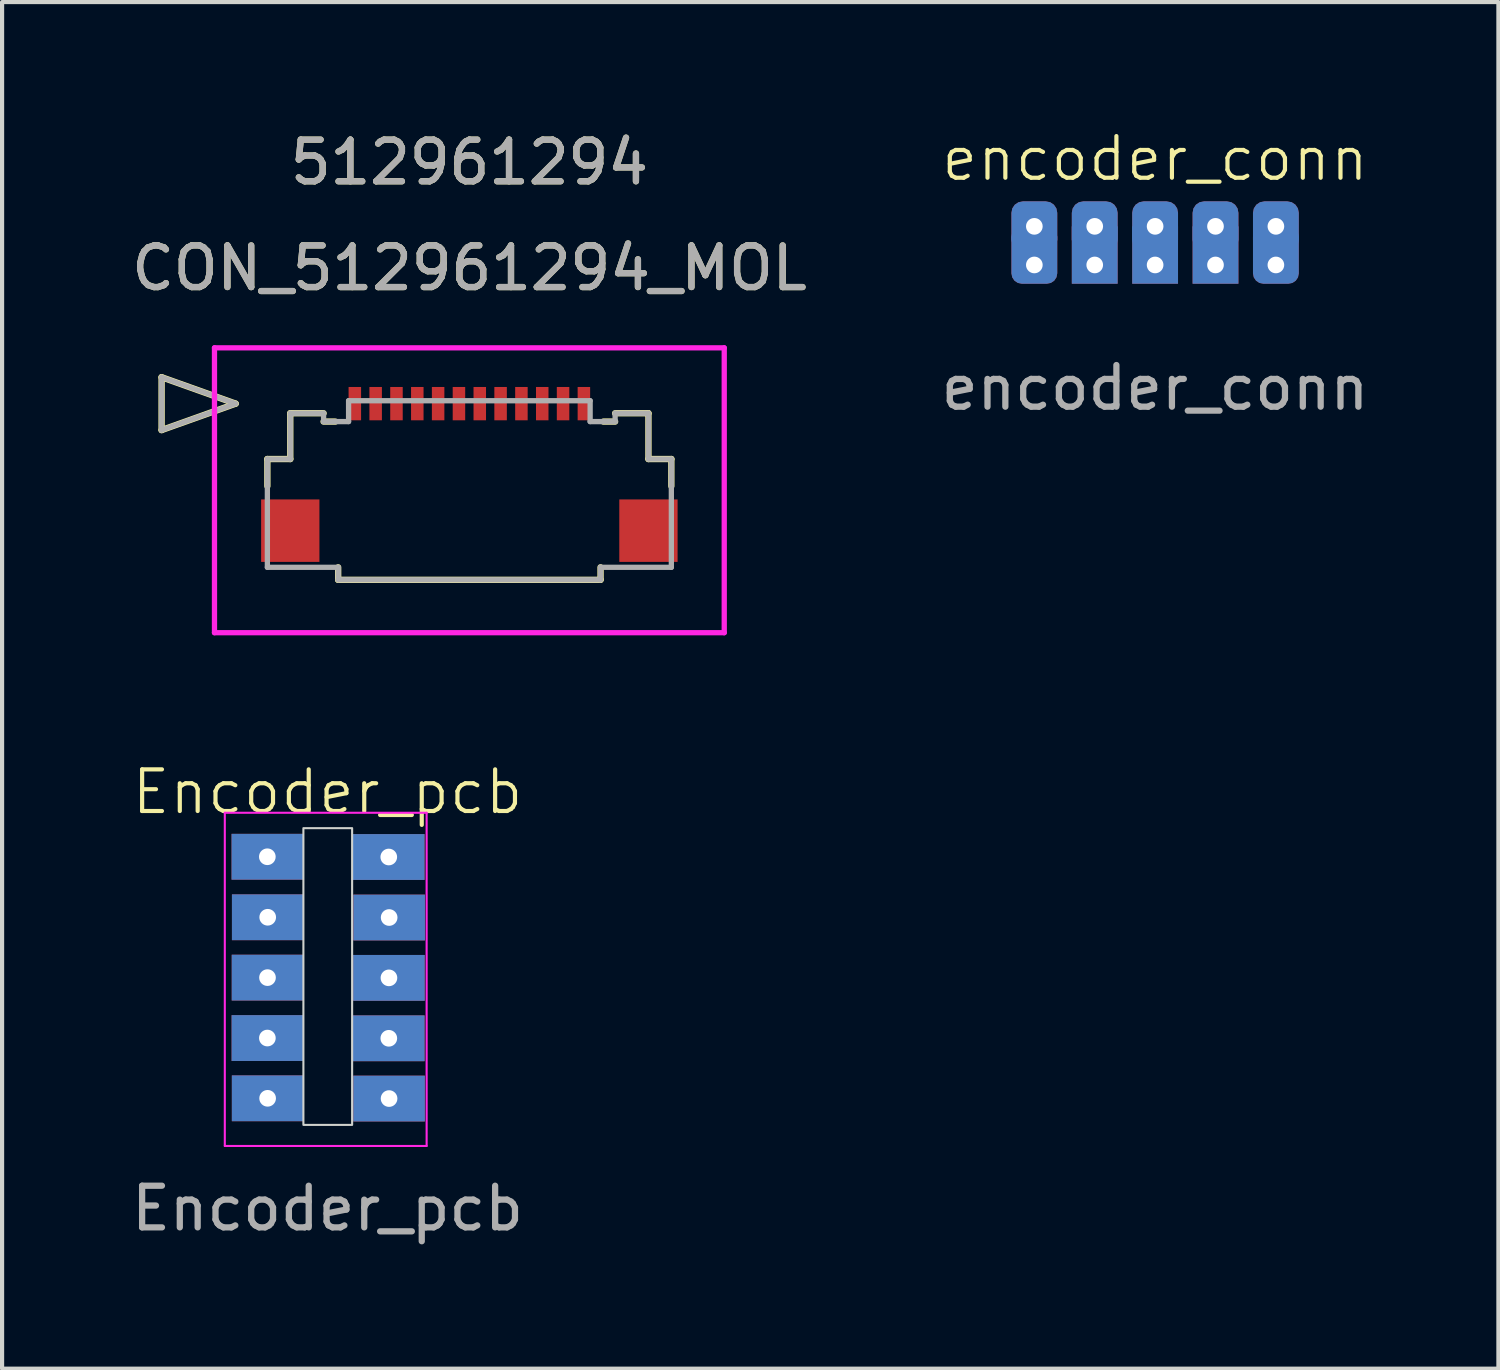
<source format=kicad_pcb>
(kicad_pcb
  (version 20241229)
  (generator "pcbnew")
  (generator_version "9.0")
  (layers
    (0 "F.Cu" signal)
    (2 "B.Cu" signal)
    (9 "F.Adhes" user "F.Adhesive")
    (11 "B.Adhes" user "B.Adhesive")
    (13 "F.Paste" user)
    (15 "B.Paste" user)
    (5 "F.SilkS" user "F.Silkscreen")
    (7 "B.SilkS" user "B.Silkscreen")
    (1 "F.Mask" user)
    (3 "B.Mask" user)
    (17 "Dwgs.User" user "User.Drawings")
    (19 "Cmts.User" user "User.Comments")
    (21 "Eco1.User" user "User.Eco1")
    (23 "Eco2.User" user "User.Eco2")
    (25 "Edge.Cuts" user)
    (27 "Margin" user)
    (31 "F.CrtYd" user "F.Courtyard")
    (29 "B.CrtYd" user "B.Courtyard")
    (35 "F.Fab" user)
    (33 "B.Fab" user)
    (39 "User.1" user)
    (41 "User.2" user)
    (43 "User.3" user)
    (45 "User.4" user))
  (footprint "encoder_conn"
    (layer "F.Cu")
    (at 24.685 3.76)
    (property "Reference" "encoder_conn" (at 0 -3 0) (unlocked yes) (layer "F.SilkS") (effects (font (size 1 1) (thickness 0.1))))
    (attr smd)
    (fp_text user "${REFERENCE}" (at 0 2.5 0) (unlocked yes) (layer "F.Fab") (effects (font (size 1 1) (thickness 0.15))))
    (pad "1" thru_hole roundrect (at -2.899 -1.375 90) (size 1.2 1.1) (drill 0.4) (layers "*.Cu" "*.Mask") (roundrect_rratio 0.25))
    (pad "1" thru_hole roundrect (at -2.899 -0.448 90) (size 1.377 1.1) (drill 0.4 (offset 0.238 0)) (layers "*.Cu" "*.Mask") (roundrect_rratio 0.227))
    (pad "2" thru_hole roundrect (at -1.449 -1.375 90) (size 1.2 1.1) (drill 0.4) (layers "*.Cu" "*.Mask") (roundrect_rratio 0.25))
    (pad "2" thru_hole rect (at -1.449 -0.448 90) (size 1.377 1.1) (drill 0.4 (offset 0.238 0)) (layers "*.Cu" "*.Mask"))
    (pad "3" thru_hole roundrect (at 0.001 -1.375 90) (size 1.2 1.1) (drill 0.4) (layers "*.Cu" "*.Mask") (roundrect_rratio 0.25))
    (pad "3" thru_hole rect (at 0.001 -0.448 90) (size 1.377 1.1) (drill 0.4 (offset 0.238 0)) (layers "*.Cu" "*.Mask"))
    (pad "4" thru_hole roundrect (at 1.451 -1.375 90) (size 1.2 1.1) (drill 0.4) (layers "*.Cu" "*.Mask") (roundrect_rratio 0.25))
    (pad "4" thru_hole rect (at 1.451 -0.448 90) (size 1.377 1.1) (drill 0.4 (offset 0.238 0)) (layers "*.Cu" "*.Mask"))
    (pad "5" thru_hole roundrect (at 2.901 -1.375 90) (size 1.2 1.1) (drill 0.4) (layers "*.Cu" "*.Mask") (roundrect_rratio 0.25))
    (pad "5" thru_hole roundrect (at 2.901 -0.448 90) (size 1.377 1.1) (drill 0.4 (offset 0.238 0)) (layers "*.Cu" "*.Mask") (roundrect_rratio 0.227)))
  (footprint "Encoder_pcb"
    (layer "F.Cu")
    (at 4.815 20.466)
    (property "Reference" "Encoder_pcb" (at 0 -4.5 0) (unlocked yes) (layer "F.SilkS") (effects (font (size 1 1) (thickness 0.1))))
    (attr through_hole)
    (fp_rect (start -0.58 -3.631) (end 0.59 3.494) (stroke (width 0.05) (type default)) (fill no) (layer "Edge.Cuts"))
    (fp_line (start -2.467 -4) (end -2.467 4) (stroke (width 0.05) (type default)) (layer "F.CrtYd"))
    (fp_line (start -2.467 -4) (end 2.379 -4) (stroke (width 0.05) (type default)) (layer "F.CrtYd"))
    (fp_line (start -2.467 4) (end 2.379 4) (stroke (width 0.05) (type default)) (layer "F.CrtYd"))
    (fp_line (start 2.379 -4) (end 2.379 4) (stroke (width 0.05) (type default)) (layer "F.CrtYd"))
    (fp_text user "${REFERENCE}" (at 0 5.5 0) (unlocked yes) (layer "F.Fab") (effects (font (size 1 1) (thickness 0.15))))
    (pad "1" thru_hole rect (at -1.446 -2.944) (size 1.718 1.1) (drill 0.4) (layers "*.Cu" "*.Mask"))
    (pad "1" thru_hole rect (at 1.47 -2.938) (size 1.718 1.1) (drill 0.4) (layers "*.Cu" "*.Mask"))
    (pad "2" thru_hole rect (at -1.437 -1.491) (size 1.718 1.1) (drill 0.4) (layers "*.Cu" "*.Mask"))
    (pad "2" thru_hole rect (at 1.479 -1.485) (size 1.718 1.1) (drill 0.4) (layers "*.Cu" "*.Mask"))
    (pad "3" thru_hole rect (at -1.442 -0.042) (size 1.718 1.1) (drill 0.4) (layers "*.Cu" "*.Mask"))
    (pad "3" thru_hole rect (at 1.474 -0.036) (size 1.718 1.1) (drill 0.4) (layers "*.Cu" "*.Mask"))
    (pad "4" thru_hole rect (at -1.445 1.409) (size 1.718 1.1) (drill 0.4) (layers "*.Cu" "*.Mask"))
    (pad "4" thru_hole rect (at 1.471 1.415) (size 1.718 1.1) (drill 0.4) (layers "*.Cu" "*.Mask"))
    (pad "5" thru_hole rect (at -1.439 2.856) (size 1.718 1.1) (drill 0.4) (layers "*.Cu" "*.Mask"))
    (pad "5" thru_hole rect (at 1.477 2.862) (size 1.718 1.1) (drill 0.4) (layers "*.Cu" "*.Mask")))
  (footprint "CON_512961294_MOL"
    (layer "F.Cu")
    (at 8.22 8.722)
    (property "Reference" "CON_512961294_MOL" (at 0 -5.334 0) (unlocked yes) (layer "F.SilkS") (effects (font (size 1 1) (thickness 0.15))))
    (attr smd)
    (fp_line (start -7.39 -2.715) (end -5.612 -2.08) (stroke (width 0.152) (type solid)) (layer "F.SilkS"))
    (fp_line (start -7.39 -1.445) (end -7.39 -2.715) (stroke (width 0.152) (type solid)) (layer "F.SilkS"))
    (fp_line (start -5.612 -2.08) (end -7.39 -1.445) (stroke (width 0.152) (type solid)) (layer "F.SilkS"))
    (fp_line (start -4.85 -0.75) (end -4.3 -0.75) (stroke (width 0.152) (type solid)) (layer "F.SilkS"))
    (fp_line (start -4.85 -0.1) (end -4.85 -0.75) (stroke (width 0.152) (type solid)) (layer "F.SilkS"))
    (fp_line (start -4.3 -1.849) (end -3.5 -1.849) (stroke (width 0.152) (type solid)) (layer "F.SilkS"))
    (fp_line (start -4.3 -0.75) (end -4.3 -1.849) (stroke (width 0.152) (type solid)) (layer "F.SilkS"))
    (fp_line (start -3.5 -1.649) (end -3.218 -1.649) (stroke (width 0.152) (type solid)) (layer "F.SilkS"))
    (fp_line (start -3.15 2.15) (end -3.15 1.85) (stroke (width 0.152) (type solid)) (layer "F.SilkS"))
    (fp_line (start -3.15 2.15) (end 3.15 2.15) (stroke (width 0.152) (type solid)) (layer "F.SilkS"))
    (fp_line (start 3.15 2.15) (end 3.15 1.85) (stroke (width 0.152) (type solid)) (layer "F.SilkS"))
    (fp_line (start 3.5 -1.649) (end 3.218 -1.649) (stroke (width 0.152) (type solid)) (layer "F.SilkS"))
    (fp_line (start 4.3 -1.849) (end 3.5 -1.849) (stroke (width 0.152) (type solid)) (layer "F.SilkS"))
    (fp_line (start 4.3 -0.75) (end 4.3 -1.849) (stroke (width 0.152) (type solid)) (layer "F.SilkS"))
    (fp_line (start 4.85 -0.75) (end 4.3 -0.75) (stroke (width 0.152) (type solid)) (layer "F.SilkS"))
    (fp_line (start 4.85 -0.1) (end 4.85 -0.75) (stroke (width 0.152) (type solid)) (layer "F.SilkS"))
    (fp_line (start -6.12 -3.42) (end -6.12 3.42) (stroke (width 0.127) (type solid)) (layer "F.CrtYd"))
    (fp_line (start -6.12 3.42) (end 6.12 3.42) (stroke (width 0.127) (type solid)) (layer "F.CrtYd"))
    (fp_line (start 6.12 -3.42) (end -6.12 -3.42) (stroke (width 0.127) (type solid)) (layer "F.CrtYd"))
    (fp_line (start 6.12 3.42) (end 6.12 -3.42) (stroke (width 0.127) (type solid)) (layer "F.CrtYd"))
    (fp_line (start -7.39 -2.715) (end -5.612 -2.08) (stroke (width 0.127) (type solid)) (layer "F.Fab"))
    (fp_line (start -7.39 -1.445) (end -7.39 -2.715) (stroke (width 0.127) (type solid)) (layer "F.Fab"))
    (fp_line (start -5.612 -2.08) (end -7.39 -1.445) (stroke (width 0.127) (type solid)) (layer "F.Fab"))
    (fp_line (start -4.85 -0.75) (end -4.3 -0.75) (stroke (width 0.127) (type solid)) (layer "F.Fab"))
    (fp_line (start -4.85 1.85) (end -4.85 -0.75) (stroke (width 0.127) (type solid)) (layer "F.Fab"))
    (fp_line (start -4.3 -1.849) (end -3.5 -1.849) (stroke (width 0.127) (type solid)) (layer "F.Fab"))
    (fp_line (start -4.3 -0.75) (end -4.3 -1.849) (stroke (width 0.127) (type solid)) (layer "F.Fab"))
    (fp_line (start -3.5 -1.849) (end -3.5 -1.649) (stroke (width 0.127) (type solid)) (layer "F.Fab"))
    (fp_line (start -3.5 -1.649) (end -2.9 -1.649) (stroke (width 0.127) (type solid)) (layer "F.Fab"))
    (fp_line (start -3.15 1.85) (end -4.85 1.85) (stroke (width 0.127) (type solid)) (layer "F.Fab"))
    (fp_line (start -3.15 2.15) (end -3.15 1.85) (stroke (width 0.127) (type solid)) (layer "F.Fab"))
    (fp_line (start -3.15 2.15) (end 3.15 2.15) (stroke (width 0.127) (type solid)) (layer "F.Fab"))
    (fp_line (start -2.9 -2.15) (end 2.9 -2.15) (stroke (width 0.127) (type solid)) (layer "F.Fab"))
    (fp_line (start -2.9 -1.649) (end -2.9 -2.15) (stroke (width 0.127) (type solid)) (layer "F.Fab"))
    (fp_line (start 2.9 -1.649) (end 2.9 -2.15) (stroke (width 0.127) (type solid)) (layer "F.Fab"))
    (fp_line (start 3.15 1.85) (end 4.85 1.85) (stroke (width 0.127) (type solid)) (layer "F.Fab"))
    (fp_line (start 3.15 2.15) (end 3.15 1.85) (stroke (width 0.127) (type solid)) (layer "F.Fab"))
    (fp_line (start 3.5 -1.849) (end 3.5 -1.649) (stroke (width 0.127) (type solid)) (layer "F.Fab"))
    (fp_line (start 3.5 -1.649) (end 2.9 -1.649) (stroke (width 0.127) (type solid)) (layer "F.Fab"))
    (fp_line (start 4.3 -1.849) (end 3.5 -1.849) (stroke (width 0.127) (type solid)) (layer "F.Fab"))
    (fp_line (start 4.3 -0.75) (end 4.3 -1.849) (stroke (width 0.127) (type solid)) (layer "F.Fab"))
    (fp_line (start 4.85 -0.75) (end 4.3 -0.75) (stroke (width 0.127) (type solid)) (layer "F.Fab"))
    (fp_line (start 4.85 1.85) (end 4.85 -0.75) (stroke (width 0.127) (type solid)) (layer "F.Fab"))
    (fp_text user "512961294" (at 0 -7.874 0) (unlocked yes) (layer "F.SilkS") (effects (font (size 1 1) (thickness 0.15))))
    (fp_text user "${REFERENCE}" (at 0 -5.334 0) (unlocked yes) (layer "F.Fab") (effects (font (size 1 1) (thickness 0.15))))
    (fp_text user "512961294" (at 0 -7.874 0) (unlocked yes) (layer "F.Fab") (effects (font (size 1 1) (thickness 0.15))))
    (pad "1" smd rect (at -2.75 -2.08) (size 0.3 0.8) (layers "F.Cu" "F.Mask" "F.Paste"))
    (pad "2" smd rect (at -2.25 -2.08) (size 0.3 0.8) (layers "F.Cu" "F.Mask" "F.Paste"))
    (pad "3" smd rect (at -1.75 -2.08) (size 0.3 0.8) (layers "F.Cu" "F.Mask" "F.Paste"))
    (pad "4" smd rect (at -1.25 -2.08) (size 0.3 0.8) (layers "F.Cu" "F.Mask" "F.Paste"))
    (pad "5" smd rect (at -0.75 -2.08) (size 0.3 0.8) (layers "F.Cu" "F.Mask" "F.Paste"))
    (pad "6" smd rect (at -0.25 -2.08) (size 0.3 0.8) (layers "F.Cu" "F.Mask" "F.Paste"))
    (pad "7" smd rect (at 0.25 -2.08) (size 0.3 0.8) (layers "F.Cu" "F.Mask" "F.Paste"))
    (pad "8" smd rect (at 0.75 -2.08) (size 0.3 0.8) (layers "F.Cu" "F.Mask" "F.Paste"))
    (pad "9" smd rect (at 1.25 -2.08) (size 0.3 0.8) (layers "F.Cu" "F.Mask" "F.Paste"))
    (pad "10" smd rect (at 1.75 -2.08) (size 0.3 0.8) (layers "F.Cu" "F.Mask" "F.Paste"))
    (pad "11" smd rect (at 2.25 -2.08) (size 0.3 0.8) (layers "F.Cu" "F.Mask" "F.Paste"))
    (pad "12" smd rect (at 2.75 -2.08) (size 0.3 0.8) (layers "F.Cu" "F.Mask" "F.Paste"))
    (pad "P1" smd rect (at -4.3 0.97) (size 1.4 1.5) (layers "F.Cu" "F.Mask" "F.Paste"))
    (pad "P2" smd rect (at 4.3 0.97) (size 1.4 1.5) (layers "F.Cu" "F.Mask" "F.Paste")))
  (gr_rect
    (start -3 -3)
    (end 32.929 29.814)
    (stroke (width 0.1) (type default))
    (fill no)
    (layer "Edge.Cuts")))
</source>
